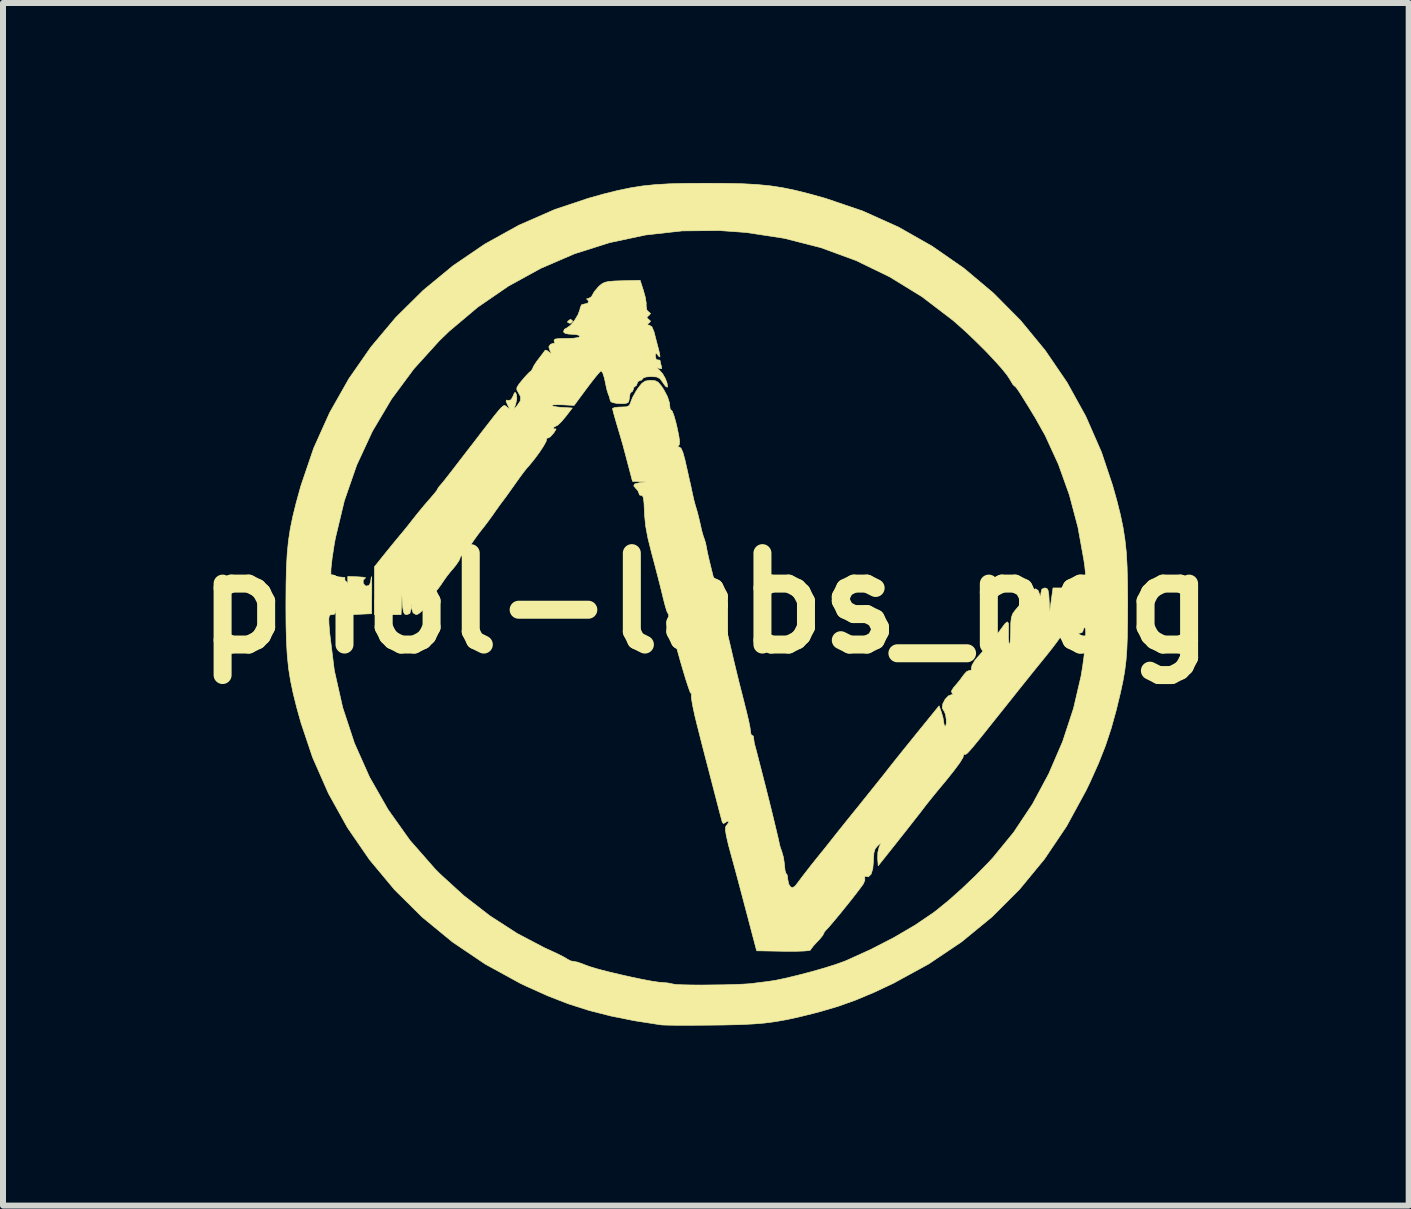
<source format=kicad_pcb>
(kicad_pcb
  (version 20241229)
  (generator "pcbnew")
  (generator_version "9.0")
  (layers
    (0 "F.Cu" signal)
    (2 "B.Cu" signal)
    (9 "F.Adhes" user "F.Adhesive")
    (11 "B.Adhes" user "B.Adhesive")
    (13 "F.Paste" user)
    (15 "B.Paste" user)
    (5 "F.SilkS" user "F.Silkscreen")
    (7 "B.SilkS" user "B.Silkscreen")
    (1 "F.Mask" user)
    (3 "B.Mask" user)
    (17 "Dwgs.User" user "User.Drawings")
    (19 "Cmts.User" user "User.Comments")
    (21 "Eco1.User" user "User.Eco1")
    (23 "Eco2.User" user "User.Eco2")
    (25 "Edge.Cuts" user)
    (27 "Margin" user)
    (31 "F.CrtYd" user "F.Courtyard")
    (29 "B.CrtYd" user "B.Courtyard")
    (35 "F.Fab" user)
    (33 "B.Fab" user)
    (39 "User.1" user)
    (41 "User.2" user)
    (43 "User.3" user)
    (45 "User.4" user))
  (footprint "phol-labs_neg"
    (layer "F.Cu")
    (at 8.716 7.005)
    (property "Reference" "phol-labs_neg" (at 0 0 0) (layer "F.SilkS") (effects (font (size 1.524 1.524) (thickness 0.3))))
    (attr through_hole)
    (fp_poly (pts (xy -2.223 -4.707) (xy -2.223 -4.699) (xy -2.248 -4.671) (xy -2.272 -4.667) (xy -2.305 -4.683) (xy -2.302 -4.699) (xy -2.261 -4.73) (xy -2.252 -4.731) (xy -2.223 -4.707)) (stroke (width 0.01) (type solid)) (fill yes) (layer "F.SilkS"))
    (fp_poly (pts (xy -6.12 -0.439) (xy -6.017 -0.429) (xy -6.017 -0.127) (xy -6.018 0.015) (xy -6.024 0.105) (xy -6.036 0.156) (xy -6.056 0.179) (xy -6.072 0.184) (xy -6.101 0.183) (xy -6.118 0.156) (xy -6.125 0.092) (xy -6.128 -0.021) (xy -6.128 -0.041) (xy -6.132 -0.182) (xy -6.147 -0.27) (xy -6.175 -0.317) (xy -6.175 -0.318) (xy -6.223 -0.378) (xy -6.212 -0.422) (xy -6.147 -0.44) (xy -6.12 -0.439)) (stroke (width 0.01) (type solid)) (fill yes) (layer "F.SilkS"))
    (fp_poly (pts (xy -5.802 -0.44) (xy -5.718 -0.434) (xy -5.674 -0.427) (xy -5.675 -0.421) (xy -5.712 -0.383) (xy -5.711 -0.33) (xy -5.677 -0.291) (xy -5.653 -0.286) (xy -5.612 -0.299) (xy -5.589 -0.348) (xy -5.579 -0.421) (xy -5.574 -0.444) (xy -5.571 -0.412) (xy -5.569 -0.33) (xy -5.569 -0.205) (xy -5.569 -0.191) (xy -5.572 0.175) (xy -5.771 0.184) (xy -5.969 0.194) (xy -5.969 -0.446) (xy -5.802 -0.44)) (stroke (width 0.01) (type solid)) (fill yes) (layer "F.SilkS"))
    (fp_poly (pts (xy -1.039 -5.207) (xy -1.009 -5.098) (xy -0.994 -5.003) (xy -0.995 -4.96) (xy -0.984 -4.887) (xy -0.956 -4.858) (xy -0.922 -4.829) (xy -0.945 -4.8) (xy -0.953 -4.795) (xy -0.984 -4.764) (xy -0.959 -4.735) (xy -0.953 -4.731) (xy -0.921 -4.701) (xy -0.946 -4.672) (xy -0.953 -4.668) (xy -0.982 -4.643) (xy -0.953 -4.636) (xy -0.946 -4.636) (xy -0.9 -4.608) (xy -0.864 -4.524) (xy -0.858 -4.501) (xy -0.828 -4.383) (xy -0.798 -4.268) (xy -0.793 -4.251) (xy -0.769 -4.151) (xy -0.765 -4.107) (xy -0.783 -4.114) (xy -0.802 -4.138) (xy -0.831 -4.171) (xy -0.841 -4.15) (xy -0.841 -4.116) (xy -0.828 -4.061) (xy -0.802 -4.056) (xy -0.766 -4.051) (xy -0.762 -4.038) (xy -0.751 -3.983) (xy -0.741 -3.95) (xy -0.735 -3.911) (xy -0.772 -3.913) (xy -0.78 -3.916) (xy -0.816 -3.926) (xy -0.803 -3.908) (xy -0.771 -3.882) (xy -0.721 -3.825) (xy -0.676 -3.747) (xy -0.646 -3.668) (xy -0.639 -3.611) (xy -0.644 -3.6) (xy -0.669 -3.613) (xy -0.709 -3.666) (xy -0.718 -3.681) (xy -0.765 -3.744) (xy -0.821 -3.772) (xy -0.912 -3.778) (xy -0.995 -3.772) (xy -1.043 -3.755) (xy -1.048 -3.747) (xy -1.073 -3.718) (xy -1.095 -3.715) (xy -1.137 -3.689) (xy -1.143 -3.667) (xy -1.16 -3.625) (xy -1.175 -3.619) (xy -1.203 -3.594) (xy -1.206 -3.572) (xy -1.224 -3.53) (xy -1.238 -3.524) (xy -1.263 -3.497) (xy -1.27 -3.453) (xy -1.281 -3.381) (xy -1.294 -3.347) (xy -1.336 -3.33) (xy -1.411 -3.326) (xy -1.495 -3.332) (xy -1.563 -3.347) (xy -1.591 -3.369) (xy -1.607 -3.436) (xy -1.629 -3.493) (xy -1.65 -3.561) (xy -1.663 -3.619) (xy -1.691 -3.753) (xy -1.719 -3.84) (xy -1.744 -3.873) (xy -1.746 -3.874) (xy -1.773 -3.849) (xy -1.829 -3.784) (xy -1.905 -3.688) (xy -1.983 -3.585) (xy -2.196 -3.297) (xy -2.384 -3.307) (xy -2.484 -3.309) (xy -2.552 -3.305) (xy -2.572 -3.296) (xy -2.543 -3.282) (xy -2.469 -3.27) (xy -2.399 -3.264) (xy -2.226 -3.254) (xy -2.342 -3.104) (xy -2.411 -3.023) (xy -2.469 -2.968) (xy -2.499 -2.953) (xy -2.537 -2.932) (xy -2.54 -2.919) (xy -2.52 -2.901) (xy -2.504 -2.908) (xy -2.497 -2.9) (xy -2.524 -2.855) (xy -2.541 -2.832) (xy -2.594 -2.773) (xy -2.638 -2.751) (xy -2.645 -2.753) (xy -2.661 -2.751) (xy -2.654 -2.735) (xy -2.663 -2.696) (xy -2.704 -2.622) (xy -2.768 -2.524) (xy -2.847 -2.416) (xy -2.932 -2.31) (xy -2.985 -2.251) (xy -3.026 -2.199) (xy -3.09 -2.114) (xy -3.159 -2.017) (xy -3.238 -1.906) (xy -3.314 -1.799) (xy -3.365 -1.73) (xy -3.43 -1.644) (xy -3.485 -1.566) (xy -3.493 -1.556) (xy -3.555 -1.466) (xy -3.631 -1.362) (xy -3.703 -1.267) (xy -3.752 -1.206) (xy -3.791 -1.155) (xy -3.852 -1.071) (xy -3.918 -0.976) (xy -3.984 -0.885) (xy -4.038 -0.82) (xy -4.069 -0.794) (xy -4.069 -0.794) (xy -4.094 -0.769) (xy -4.096 -0.754) (xy -4.116 -0.707) (xy -4.165 -0.636) (xy -4.191 -0.603) (xy -4.262 -0.519) (xy -4.31 -0.459) (xy -4.354 -0.398) (xy -4.413 -0.311) (xy -4.413 -0.31) (xy -4.466 -0.238) (xy -4.506 -0.196) (xy -4.516 -0.191) (xy -4.537 -0.164) (xy -4.54 -0.139) (xy -4.56 -0.103) (xy -4.586 -0.106) (xy -4.619 -0.105) (xy -4.615 -0.079) (xy -4.623 -0.025) (xy -4.665 0.049) (xy -4.725 0.123) (xy -4.788 0.176) (xy -4.828 0.191) (xy -4.879 0.162) (xy -4.899 0.103) (xy -4.912 0.016) (xy -4.916 0.103) (xy -4.934 0.171) (xy -4.983 0.19) (xy -4.983 0.191) (xy -5.021 0.181) (xy -5.042 0.141) (xy -5.054 0.057) (xy -5.057 0.024) (xy -5.068 -0.143) (xy -5.074 0.024) (xy -5.08 0.191) (xy -5.524 0.191) (xy -5.524 -0.608) (xy -5.328 -0.852) (xy -5.239 -0.962) (xy -5.161 -1.057) (xy -5.106 -1.123) (xy -5.089 -1.143) (xy -5.05 -1.19) (xy -4.984 -1.271) (xy -4.905 -1.371) (xy -4.885 -1.397) (xy -4.789 -1.517) (xy -4.689 -1.638) (xy -4.605 -1.735) (xy -4.6 -1.74) (xy -4.534 -1.817) (xy -4.489 -1.873) (xy -4.477 -1.893) (xy -4.458 -1.928) (xy -4.437 -1.954) (xy -4.417 -1.977) (xy -4.396 -2.001) (xy -4.368 -2.035) (xy -4.33 -2.084) (xy -4.275 -2.154) (xy -4.198 -2.253) (xy -4.096 -2.386) (xy -3.962 -2.56) (xy -3.891 -2.651) (xy -3.737 -2.852) (xy -3.616 -3.008) (xy -3.525 -3.125) (xy -3.459 -3.206) (xy -3.412 -3.259) (xy -3.38 -3.287) (xy -3.358 -3.296) (xy -3.342 -3.291) (xy -3.326 -3.278) (xy -3.314 -3.268) (xy -3.277 -3.24) (xy -3.279 -3.258) (xy -3.297 -3.292) (xy -3.329 -3.361) (xy -3.324 -3.386) (xy -3.289 -3.378) (xy -3.246 -3.392) (xy -3.214 -3.451) (xy -3.19 -3.508) (xy -3.173 -3.511) (xy -3.158 -3.48) (xy -3.151 -3.408) (xy -3.169 -3.321) (xy -3.205 -3.223) (xy -3.142 -3.298) (xy -3.09 -3.376) (xy -3.088 -3.443) (xy -3.127 -3.514) (xy -3.151 -3.557) (xy -3.149 -3.597) (xy -3.114 -3.653) (xy -3.06 -3.72) (xy -2.993 -3.797) (xy -2.939 -3.852) (xy -2.917 -3.868) (xy -2.89 -3.904) (xy -2.889 -3.91) (xy -2.871 -3.951) (xy -2.825 -4.022) (xy -2.786 -4.074) (xy -2.727 -4.151) (xy -2.687 -4.205) (xy -2.676 -4.219) (xy -2.649 -4.212) (xy -2.615 -4.188) (xy -2.579 -4.161) (xy -2.581 -4.18) (xy -2.598 -4.211) (xy -2.618 -4.273) (xy -2.592 -4.314) (xy -2.545 -4.333) (xy -2.527 -4.327) (xy -2.518 -4.331) (xy -2.526 -4.359) (xy -2.53 -4.387) (xy -2.508 -4.404) (xy -2.446 -4.411) (xy -2.335 -4.413) (xy -2.321 -4.413) (xy -2.206 -4.417) (xy -2.126 -4.429) (xy -2.096 -4.445) (xy -2.095 -4.445) (xy -2.123 -4.469) (xy -2.183 -4.48) (xy -2.285 -4.486) (xy -2.34 -4.496) (xy -2.365 -4.513) (xy -2.372 -4.53) (xy -2.357 -4.567) (xy -2.318 -4.588) (xy -2.257 -4.631) (xy -2.19 -4.712) (xy -2.132 -4.807) (xy -2.099 -4.895) (xy -2.095 -4.921) (xy -2.073 -4.974) (xy -2.034 -4.985) (xy -1.975 -4.998) (xy -1.95 -5.028) (xy -1.972 -5.057) (xy -1.976 -5.059) (xy -1.989 -5.073) (xy -1.963 -5.077) (xy -1.909 -5.106) (xy -1.891 -5.138) (xy -1.857 -5.197) (xy -1.795 -5.269) (xy -1.783 -5.282) (xy -1.736 -5.322) (xy -1.686 -5.348) (xy -1.619 -5.363) (xy -1.518 -5.371) (xy -1.394 -5.375) (xy -1.095 -5.382) (xy -1.039 -5.207)) (stroke (width 0.01) (type solid)) (fill yes) (layer "F.SilkS"))
    (fp_poly (pts (xy 0.341 -6.998) (xy 0.616 -6.992) (xy 0.854 -6.979) (xy 1.069 -6.958) (xy 1.274 -6.927) (xy 1.483 -6.884) (xy 1.709 -6.828) (xy 1.965 -6.757) (xy 1.996 -6.748) (xy 2.616 -6.537) (xy 3.21 -6.27) (xy 3.772 -5.951) (xy 4.302 -5.583) (xy 4.794 -5.169) (xy 5.247 -4.712) (xy 5.656 -4.215) (xy 6.02 -3.682) (xy 6.333 -3.116) (xy 6.594 -2.52) (xy 6.78 -1.964) (xy 6.853 -1.704) (xy 6.91 -1.475) (xy 6.954 -1.265) (xy 6.986 -1.06) (xy 7.009 -0.847) (xy 7.022 -0.613) (xy 7.029 -0.343) (xy 7.032 -0.025) (xy 7.032 0.016) (xy 7.03 0.313) (xy 7.026 0.56) (xy 7.018 0.769) (xy 7.004 0.953) (xy 6.983 1.125) (xy 6.953 1.298) (xy 6.913 1.484) (xy 6.862 1.696) (xy 6.841 1.783) (xy 6.756 2.089) (xy 6.66 2.379) (xy 6.544 2.673) (xy 6.402 2.989) (xy 6.335 3.127) (xy 6.013 3.718) (xy 5.644 4.266) (xy 5.229 4.77) (xy 4.769 5.23) (xy 4.263 5.645) (xy 3.714 6.014) (xy 3.127 6.335) (xy 2.796 6.49) (xy 2.496 6.616) (xy 2.207 6.719) (xy 1.909 6.807) (xy 1.783 6.84) (xy 1.552 6.897) (xy 1.351 6.941) (xy 1.166 6.974) (xy 0.983 6.998) (xy 0.787 7.014) (xy 0.564 7.025) (xy 0.3 7.031) (xy 0.127 7.033) (xy -0.094 7.035) (xy -0.299 7.036) (xy -0.477 7.036) (xy -0.619 7.034) (xy -0.714 7.031) (xy -0.746 7.029) (xy -1.189 6.96) (xy -1.583 6.881) (xy -1.945 6.789) (xy -2.29 6.679) (xy -2.633 6.546) (xy -2.989 6.386) (xy -3.096 6.335) (xy -3.678 6.016) (xy -4.223 5.648) (xy -4.728 5.233) (xy -5.19 4.775) (xy -5.606 4.276) (xy -5.974 3.741) (xy -6.291 3.171) (xy -6.555 2.571) (xy -6.748 1.996) (xy -6.821 1.735) (xy -6.878 1.507) (xy -6.922 1.297) (xy -6.955 1.092) (xy -6.977 0.878) (xy -6.991 0.643) (xy -6.998 0.373) (xy -6.999 0.255) (xy -6.285 0.255) (xy -6.283 0.338) (xy -6.273 0.47) (xy -6.272 0.484) (xy -6.193 1.121) (xy -6.054 1.738) (xy -5.858 2.333) (xy -5.605 2.901) (xy -5.296 3.442) (xy -4.934 3.951) (xy -4.518 4.425) (xy -4.441 4.504) (xy -4.036 4.874) (xy -3.6 5.211) (xy -3.145 5.505) (xy -2.685 5.747) (xy -2.609 5.781) (xy -2.488 5.837) (xy -2.387 5.887) (xy -2.322 5.924) (xy -2.308 5.934) (xy -2.249 5.964) (xy -2.208 5.97) (xy -2.14 5.983) (xy -2.046 6.016) (xy -2.007 6.032) (xy -1.923 6.062) (xy -1.791 6.101) (xy -1.625 6.144) (xy -1.439 6.188) (xy -1.249 6.231) (xy -1.067 6.269) (xy -0.909 6.299) (xy -0.789 6.317) (xy -0.739 6.321) (xy -0.636 6.33) (xy -0.546 6.348) (xy -0.54 6.35) (xy -0.486 6.357) (xy -0.38 6.361) (xy -0.237 6.364) (xy -0.067 6.365) (xy 0.116 6.363) (xy 0.3 6.361) (xy 0.472 6.356) (xy 0.621 6.35) (xy 0.733 6.343) (xy 0.778 6.338) (xy 0.868 6.326) (xy 0.984 6.312) (xy 1.032 6.306) (xy 1.163 6.286) (xy 1.338 6.249) (xy 1.541 6.2) (xy 1.755 6.144) (xy 1.963 6.085) (xy 2.149 6.027) (xy 2.298 5.974) (xy 2.334 5.96) (xy 2.743 5.775) (xy 3.13 5.576) (xy 3.484 5.369) (xy 3.79 5.162) (xy 3.85 5.116) (xy 4.049 4.954) (xy 4.269 4.758) (xy 4.494 4.544) (xy 4.706 4.328) (xy 4.788 4.239) (xy 5.133 3.817) (xy 5.445 3.348) (xy 5.717 2.841) (xy 5.947 2.307) (xy 6.129 1.753) (xy 6.253 1.222) (xy 6.28 1.059) (xy 6.303 0.892) (xy 6.32 0.734) (xy 6.33 0.594) (xy 6.332 0.485) (xy 6.327 0.417) (xy 6.313 0.4) (xy 6.289 0.443) (xy 6.287 0.462) (xy 6.269 0.49) (xy 6.208 0.505) (xy 6.116 0.508) (xy 6.012 0.512) (xy 5.95 0.529) (xy 5.907 0.568) (xy 5.888 0.595) (xy 5.845 0.655) (xy 5.773 0.75) (xy 5.681 0.866) (xy 5.598 0.968) (xy 5.503 1.085) (xy 5.38 1.238) (xy 5.239 1.414) (xy 5.092 1.599) (xy 4.949 1.778) (xy 4.778 1.992) (xy 4.643 2.162) (xy 4.538 2.292) (xy 4.46 2.387) (xy 4.403 2.453) (xy 4.365 2.494) (xy 4.339 2.515) (xy 4.323 2.522) (xy 4.311 2.52) (xy 4.308 2.518) (xy 4.291 2.519) (xy 4.296 2.531) (xy 4.286 2.573) (xy 4.233 2.659) (xy 4.137 2.789) (xy 3.999 2.962) (xy 3.871 3.115) (xy 3.778 3.229) (xy 3.677 3.355) (xy 3.628 3.419) (xy 3.566 3.5) (xy 3.474 3.617) (xy 3.364 3.758) (xy 3.245 3.908) (xy 3.191 3.977) (xy 2.873 4.377) (xy 2.864 4.254) (xy 2.867 4.153) (xy 2.888 4.067) (xy 2.892 4.057) (xy 2.917 4.008) (xy 2.907 4.006) (xy 2.862 4.045) (xy 2.822 4.094) (xy 2.801 4.163) (xy 2.794 4.271) (xy 2.794 4.293) (xy 2.783 4.425) (xy 2.754 4.517) (xy 2.71 4.561) (xy 2.662 4.553) (xy 2.64 4.549) (xy 2.649 4.568) (xy 2.65 4.62) (xy 2.624 4.681) (xy 2.579 4.743) (xy 2.509 4.835) (xy 2.421 4.948) (xy 2.323 5.07) (xy 2.225 5.191) (xy 2.134 5.3) (xy 2.06 5.387) (xy 2.01 5.442) (xy 1.995 5.456) (xy 1.969 5.492) (xy 1.968 5.499) (xy 1.948 5.538) (xy 1.895 5.603) (xy 1.857 5.642) (xy 1.793 5.712) (xy 1.753 5.765) (xy 1.746 5.781) (xy 1.716 5.791) (xy 1.634 5.798) (xy 1.511 5.802) (xy 1.359 5.802) (xy 1.296 5.802) (xy 0.847 5.794) (xy 0.788 5.572) (xy 0.704 5.252) (xy 0.634 4.987) (xy 0.576 4.767) (xy 0.528 4.587) (xy 0.488 4.438) (xy 0.454 4.313) (xy 0.429 4.223) (xy 0.376 4.027) (xy 0.343 3.884) (xy 0.327 3.787) (xy 0.329 3.728) (xy 0.346 3.701) (xy 0.379 3.658) (xy 0.381 3.645) (xy 0.363 3.632) (xy 0.334 3.651) (xy 0.293 3.674) (xy 0.273 3.647) (xy 0.26 3.598) (xy 0.233 3.498) (xy 0.196 3.355) (xy 0.15 3.179) (xy 0.099 2.981) (xy 0.044 2.769) (xy -0.012 2.554) (xy -0.066 2.345) (xy -0.115 2.151) (xy -0.144 2.038) (xy -0.184 1.874) (xy -0.215 1.73) (xy -0.235 1.618) (xy -0.243 1.549) (xy -0.241 1.536) (xy -0.238 1.503) (xy -0.248 1.504) (xy -0.263 1.48) (xy -0.29 1.405) (xy -0.328 1.29) (xy -0.372 1.145) (xy -0.42 0.982) (xy -0.468 0.811) (xy -0.514 0.643) (xy -0.555 0.489) (xy -0.587 0.359) (xy -0.607 0.264) (xy -0.611 0.238) (xy -0.626 0.178) (xy -0.639 0.159) (xy -0.654 0.123) (xy -0.679 0.039) (xy -0.709 -0.076) (xy -0.725 -0.143) (xy -0.761 -0.29) (xy -0.808 -0.473) (xy -0.859 -0.669) (xy -0.905 -0.841) (xy -0.966 -1.085) (xy -1.004 -1.289) (xy -1.022 -1.474) (xy -1.024 -1.532) (xy -1.031 -1.672) (xy -1.041 -1.757) (xy -1.058 -1.793) (xy -1.072 -1.795) (xy -1.107 -1.805) (xy -1.111 -1.823) (xy -1.134 -1.877) (xy -1.159 -1.905) (xy -1.202 -1.955) (xy -1.186 -1.988) (xy -1.109 -2.008) (xy -1.103 -2.009) (xy -1 -2.022) (xy -1.112 -2.027) (xy -1.223 -2.032) (xy -1.296 -2.31) (xy -1.33 -2.439) (xy -1.359 -2.548) (xy -1.378 -2.62) (xy -1.382 -2.635) (xy -1.397 -2.686) (xy -1.424 -2.78) (xy -1.46 -2.901) (xy -1.475 -2.951) (xy -1.511 -3.074) (xy -1.539 -3.174) (xy -1.554 -3.235) (xy -1.556 -3.245) (xy -1.527 -3.26) (xy -1.456 -3.269) (xy -1.413 -3.27) (xy -1.324 -3.274) (xy -1.278 -3.294) (xy -1.255 -3.339) (xy -1.25 -3.358) (xy -1.219 -3.435) (xy -1.164 -3.533) (xy -1.133 -3.58) (xy -1.069 -3.662) (xy -1.013 -3.702) (xy -0.944 -3.714) (xy -0.919 -3.715) (xy -0.847 -3.709) (xy -0.795 -3.683) (xy -0.744 -3.624) (xy -0.702 -3.561) (xy -0.64 -3.444) (xy -0.606 -3.338) (xy -0.603 -3.305) (xy -0.596 -3.241) (xy -0.579 -3.218) (xy -0.577 -3.219) (xy -0.559 -3.198) (xy -0.532 -3.127) (xy -0.501 -3.019) (xy -0.483 -2.944) (xy -0.452 -2.798) (xy -0.438 -2.703) (xy -0.44 -2.649) (xy -0.454 -2.629) (xy -0.471 -2.608) (xy -0.444 -2.604) (xy -0.414 -2.583) (xy -0.383 -2.515) (xy -0.349 -2.393) (xy -0.334 -2.326) (xy -0.305 -2.198) (xy -0.282 -2.094) (xy -0.267 -2.028) (xy -0.264 -2.016) (xy -0.253 -1.969) (xy -0.235 -1.882) (xy -0.223 -1.826) (xy -0.198 -1.715) (xy -0.172 -1.619) (xy -0.162 -1.587) (xy -0.14 -1.513) (xy -0.113 -1.404) (xy -0.093 -1.318) (xy -0.068 -1.207) (xy -0.042 -1.116) (xy -0.027 -1.075) (xy -0.005 -1.008) (xy 0.013 -0.918) (xy 0.013 -0.916) (xy 0.026 -0.848) (xy 0.052 -0.733) (xy 0.088 -0.584) (xy 0.13 -0.415) (xy 0.151 -0.333) (xy 0.199 -0.147) (xy 0.246 0.039) (xy 0.288 0.205) (xy 0.319 0.334) (xy 0.327 0.365) (xy 0.357 0.493) (xy 0.396 0.658) (xy 0.437 0.833) (xy 0.461 0.937) (xy 0.505 1.12) (xy 0.557 1.333) (xy 0.611 1.544) (xy 0.642 1.667) (xy 0.681 1.822) (xy 0.714 1.961) (xy 0.736 2.07) (xy 0.744 2.132) (xy 0.753 2.189) (xy 0.77 2.202) (xy 0.791 2.215) (xy 0.796 2.244) (xy 0.806 2.322) (xy 0.812 2.349) (xy 0.847 2.479) (xy 0.889 2.644) (xy 0.938 2.833) (xy 0.99 3.036) (xy 1.042 3.243) (xy 1.092 3.444) (xy 1.137 3.629) (xy 1.175 3.788) (xy 1.204 3.91) (xy 1.221 3.985) (xy 1.223 4) (xy 1.239 4.063) (xy 1.267 4.143) (xy 1.294 4.238) (xy 1.31 4.351) (xy 1.312 4.373) (xy 1.32 4.455) (xy 1.335 4.503) (xy 1.341 4.508) (xy 1.358 4.536) (xy 1.365 4.6) (xy 1.38 4.679) (xy 1.41 4.728) (xy 1.448 4.743) (xy 1.491 4.712) (xy 1.519 4.676) (xy 1.626 4.534) (xy 1.754 4.369) (xy 1.884 4.207) (xy 1.905 4.181) (xy 1.991 4.075) (xy 2.079 3.964) (xy 2.111 3.923) (xy 2.164 3.856) (xy 2.247 3.752) (xy 2.352 3.621) (xy 2.469 3.476) (xy 2.54 3.389) (xy 2.664 3.234) (xy 2.786 3.082) (xy 2.895 2.946) (xy 2.981 2.838) (xy 3.012 2.798) (xy 3.078 2.714) (xy 3.175 2.592) (xy 3.292 2.446) (xy 3.42 2.288) (xy 3.519 2.165) (xy 3.888 1.711) (xy 3.926 1.816) (xy 3.953 1.91) (xy 3.966 1.993) (xy 3.966 1.994) (xy 3.977 2.044) (xy 3.994 2.052) (xy 4.008 2.012) (xy 4.008 1.939) (xy 3.996 1.86) (xy 3.975 1.802) (xy 3.965 1.792) (xy 3.94 1.744) (xy 3.951 1.674) (xy 3.989 1.601) (xy 4.044 1.544) (xy 4.099 1.524) (xy 4.125 1.516) (xy 4.105 1.499) (xy 4.093 1.466) (xy 4.128 1.409) (xy 4.153 1.38) (xy 4.227 1.292) (xy 4.292 1.204) (xy 4.297 1.196) (xy 4.347 1.14) (xy 4.392 1.121) (xy 4.396 1.122) (xy 4.426 1.115) (xy 4.425 1.085) (xy 4.438 1.032) (xy 4.483 0.956) (xy 4.516 0.916) (xy 4.625 0.792) (xy 4.732 0.665) (xy 4.827 0.55) (xy 4.898 0.462) (xy 4.92 0.431) (xy 4.986 0.342) (xy 5.025 0.31) (xy 5.044 0.335) (xy 5.047 0.421) (xy 5.045 0.471) (xy 5.044 0.577) (xy 5.05 0.656) (xy 5.059 0.688) (xy 5.069 0.669) (xy 5.076 0.6) (xy 5.08 0.495) (xy 5.081 0.458) (xy 5.083 0.327) (xy 5.093 0.24) (xy 5.114 0.178) (xy 5.153 0.122) (xy 5.168 0.105) (xy 5.242 0.016) (xy 5.328 -0.087) (xy 5.361 -0.127) (xy 5.44 -0.212) (xy 5.497 -0.24) (xy 5.538 -0.213) (xy 5.56 -0.156) (xy 5.576 -0.105) (xy 5.582 -0.112) (xy 5.585 -0.167) (xy 5.601 -0.234) (xy 5.647 -0.254) (xy 5.65 -0.254) (xy 5.685 -0.246) (xy 5.705 -0.213) (xy 5.717 -0.14) (xy 5.722 -0.056) (xy 5.732 0.143) (xy 5.759 -0.056) (xy 5.787 -0.254) (xy 6.015 -0.254) (xy 6.15 -0.256) (xy 6.244 -0.267) (xy 6.302 -0.298) (xy 6.329 -0.358) (xy 6.332 -0.456) (xy 6.318 -0.602) (xy 6.302 -0.715) (xy 6.203 -1.265) (xy 6.06 -1.804) (xy 5.876 -2.318) (xy 5.656 -2.797) (xy 5.496 -3.082) (xy 5.38 -3.273) (xy 5.291 -3.416) (xy 5.228 -3.516) (xy 5.185 -3.579) (xy 5.158 -3.612) (xy 5.146 -3.619) (xy 5.119 -3.645) (xy 5.081 -3.708) (xy 5.073 -3.723) (xy 5.022 -3.801) (xy 4.932 -3.913) (xy 4.81 -4.049) (xy 4.667 -4.2) (xy 4.509 -4.357) (xy 4.347 -4.513) (xy 4.187 -4.656) (xy 4.113 -4.72) (xy 3.603 -5.109) (xy 3.066 -5.439) (xy 2.504 -5.712) (xy 1.917 -5.927) (xy 1.305 -6.083) (xy 0.671 -6.18) (xy 0.222 -6.212) (xy -0.395 -6.206) (xy -1.005 -6.138) (xy -1.605 -6.01) (xy -2.189 -5.825) (xy -2.752 -5.582) (xy -3.291 -5.286) (xy -3.801 -4.936) (xy -4.276 -4.536) (xy -4.441 -4.377) (xy -4.867 -3.907) (xy -5.24 -3.403) (xy -5.558 -2.867) (xy -5.82 -2.302) (xy -6.026 -1.708) (xy -6.174 -1.09) (xy -6.193 -0.989) (xy -6.229 -0.755) (xy -6.249 -0.576) (xy -6.251 -0.447) (xy -6.237 -0.362) (xy -6.209 -0.319) (xy -6.182 -0.27) (xy -6.167 -0.175) (xy -6.163 -0.045) (xy -6.164 0.076) (xy -6.171 0.146) (xy -6.187 0.18) (xy -6.216 0.19) (xy -6.229 0.191) (xy -6.259 0.194) (xy -6.277 0.211) (xy -6.285 0.255) (xy -6.999 0.255) (xy -7 0.055) (xy -7 0.016) (xy -6.998 -0.309) (xy -6.992 -0.584) (xy -6.979 -0.822) (xy -6.958 -1.037) (xy -6.927 -1.242) (xy -6.884 -1.451) (xy -6.828 -1.677) (xy -6.757 -1.934) (xy -6.748 -1.964) (xy -6.537 -2.585) (xy -6.27 -3.178) (xy -5.951 -3.741) (xy -5.583 -4.27) (xy -5.169 -4.763) (xy -4.712 -5.215) (xy -4.215 -5.625) (xy -3.682 -5.988) (xy -3.116 -6.301) (xy -2.52 -6.562) (xy -1.964 -6.748) (xy -1.704 -6.821) (xy -1.475 -6.878) (xy -1.265 -6.922) (xy -1.06 -6.955) (xy -0.847 -6.977) (xy -0.612 -6.991) (xy -0.342 -6.998) (xy -0.023 -7) (xy 0.016 -7) (xy 0.341 -6.998)) (stroke (width 0.01) (type solid)) (fill yes) (layer "F.SilkS")))
  (gr_rect
    (start -3 -3)
    (end 20.432 17.046)
    (stroke (width 0.1) (type default))
    (fill no)
    (layer "Edge.Cuts")))
</source>
